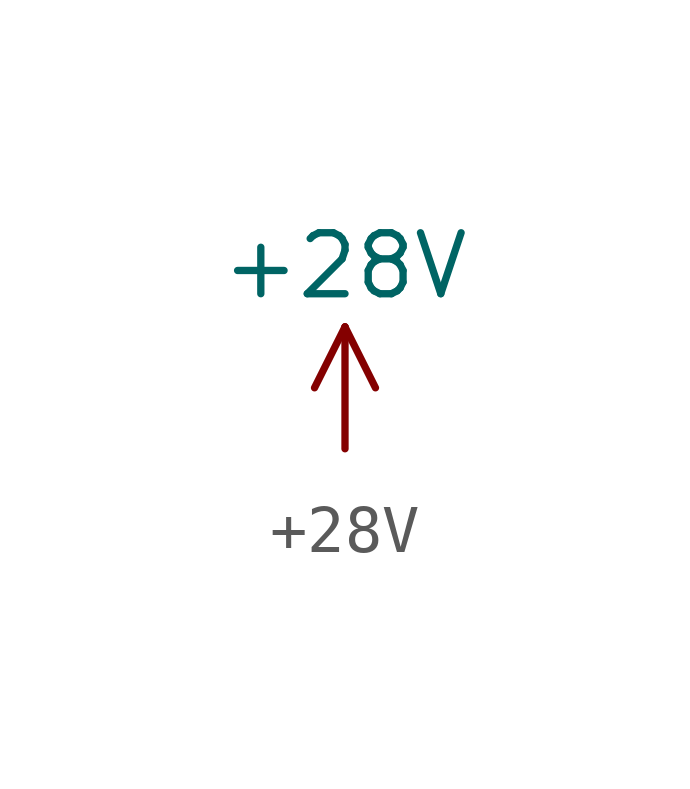
<source format=kicad_sym>
(kicad_symbol_lib
  (version 20211014)
  (generator kicad_symbol_editor)
  (symbol "+28V"
    (power)
    (pin_numbers hide)
    (pin_names
      (offset 0))
    (property "Reference" "#PWR"
      (at 0 -3.048 0)
      (effects (font (size 1.27 1.27)) hide))
    (property "Value" "+28V"
      (at 0 3.81 0)
      (effects (font (size 1.27 1.27))))
    (symbol "+28V_0_1"
      (polyline (pts (xy 0 2.54) (xy -0.635 1.27)) (stroke (width 0) (type default) (color 0 0 0 0)) (fill (type none)))
      (polyline (pts (xy 0 2.54) (xy 0 0)) (stroke (width 0) (type default) (color 0 0 0 0)) (fill (type none)))
      (polyline (pts (xy 0 2.54) (xy 0.635 1.27)) (stroke (width 0) (type default) (color 0 0 0 0)) (fill (type none))))
    (symbol "+28V_1_1"
      (pin power_in line (at 0 0 90) (length 0) hide (name "+28V" (effects (font (size 1.27 1.27)))) (number "1" (effects (font (size 1.27 1.27))))))))
</source>
